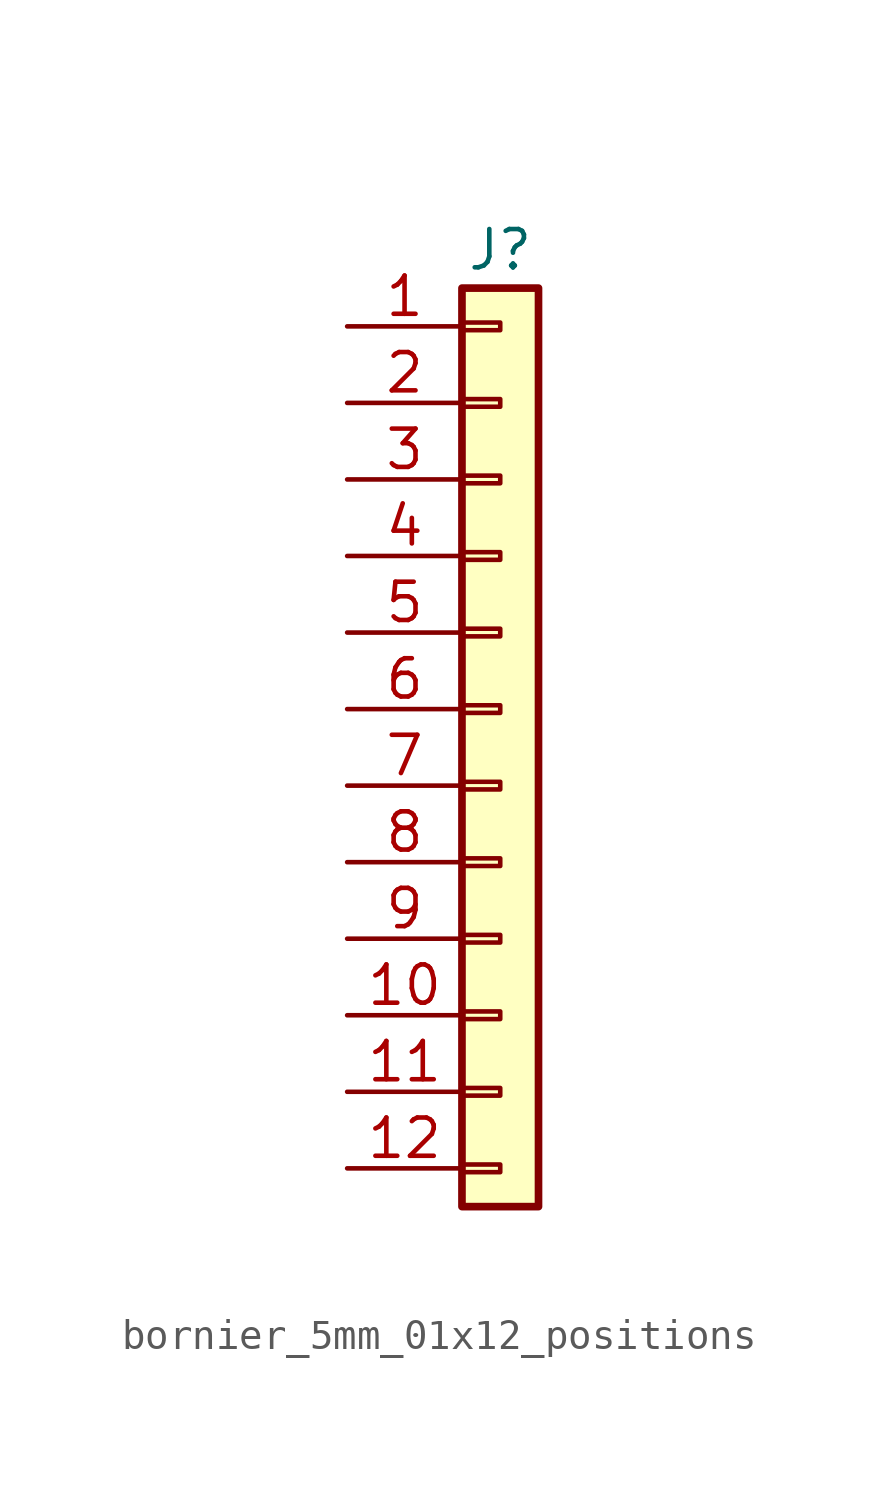
<source format=kicad_sym>
(kicad_symbol_lib
  (version 20211014)
  (generator kicad_symbol_editor)
  (symbol "bornier_5mm_01x12_positions"
    (pin_names
      (offset 1.016) hide)
    (property "Reference" "J"
      (at 0 15.24 0)
      (effects (font (size 1.27 1.27))))
    (symbol "bornier_5mm_01x12_positions_1_1"
      (rectangle (start -1.27 -15.113) (end 0 -15.367) (stroke (width 0.152) (type default) (color 0 0 0 0)) (fill (type none)))
      (rectangle (start -1.27 -12.573) (end 0 -12.827) (stroke (width 0.152) (type default) (color 0 0 0 0)) (fill (type none)))
      (rectangle (start -1.27 -10.033) (end 0 -10.287) (stroke (width 0.152) (type default) (color 0 0 0 0)) (fill (type none)))
      (rectangle (start -1.27 -7.493) (end 0 -7.747) (stroke (width 0.152) (type default) (color 0 0 0 0)) (fill (type none)))
      (rectangle (start -1.27 -4.953) (end 0 -5.207) (stroke (width 0.152) (type default) (color 0 0 0 0)) (fill (type none)))
      (rectangle (start -1.27 -2.413) (end 0 -2.667) (stroke (width 0.152) (type default) (color 0 0 0 0)) (fill (type none)))
      (rectangle (start -1.27 0.127) (end 0 -0.127) (stroke (width 0.152) (type default) (color 0 0 0 0)) (fill (type none)))
      (rectangle (start -1.27 2.667) (end 0 2.413) (stroke (width 0.152) (type default) (color 0 0 0 0)) (fill (type none)))
      (rectangle (start -1.27 5.207) (end 0 4.953) (stroke (width 0.152) (type default) (color 0 0 0 0)) (fill (type none)))
      (rectangle (start -1.27 7.747) (end 0 7.493) (stroke (width 0.152) (type default) (color 0 0 0 0)) (fill (type none)))
      (rectangle (start -1.27 10.287) (end 0 10.033) (stroke (width 0.152) (type default) (color 0 0 0 0)) (fill (type none)))
      (rectangle (start -1.27 12.827) (end 0 12.573) (stroke (width 0.152) (type default) (color 0 0 0 0)) (fill (type none)))
      (rectangle (start -1.27 13.97) (end 1.27 -16.51) (stroke (width 0.254) (type default) (color 0 0 0 0)) (fill (type background)))
      (pin passive line (at -5.08 12.7 0) (length 3.81) (name "Pin_1" (effects (font (size 1.27 1.27)))) (number "1" (effects (font (size 1.27 1.27)))))
      (pin passive line (at -5.08 -10.16 0) (length 3.81) (name "Pin_10" (effects (font (size 1.27 1.27)))) (number "10" (effects (font (size 1.27 1.27)))))
      (pin passive line (at -5.08 -12.7 0) (length 3.81) (name "Pin_11" (effects (font (size 1.27 1.27)))) (number "11" (effects (font (size 1.27 1.27)))))
      (pin passive line (at -5.08 -15.24 0) (length 3.81) (name "Pin_12" (effects (font (size 1.27 1.27)))) (number "12" (effects (font (size 1.27 1.27)))))
      (pin passive line (at -5.08 10.16 0) (length 3.81) (name "Pin_2" (effects (font (size 1.27 1.27)))) (number "2" (effects (font (size 1.27 1.27)))))
      (pin passive line (at -5.08 7.62 0) (length 3.81) (name "Pin_3" (effects (font (size 1.27 1.27)))) (number "3" (effects (font (size 1.27 1.27)))))
      (pin passive line (at -5.08 5.08 0) (length 3.81) (name "Pin_4" (effects (font (size 1.27 1.27)))) (number "4" (effects (font (size 1.27 1.27)))))
      (pin passive line (at -5.08 2.54 0) (length 3.81) (name "Pin_5" (effects (font (size 1.27 1.27)))) (number "5" (effects (font (size 1.27 1.27)))))
      (pin passive line (at -5.08 0 0) (length 3.81) (name "Pin_6" (effects (font (size 1.27 1.27)))) (number "6" (effects (font (size 1.27 1.27)))))
      (pin passive line (at -5.08 -2.54 0) (length 3.81) (name "Pin_7" (effects (font (size 1.27 1.27)))) (number "7" (effects (font (size 1.27 1.27)))))
      (pin passive line (at -5.08 -5.08 0) (length 3.81) (name "Pin_8" (effects (font (size 1.27 1.27)))) (number "8" (effects (font (size 1.27 1.27)))))
      (pin passive line (at -5.08 -7.62 0) (length 3.81) (name "Pin_9" (effects (font (size 1.27 1.27)))) (number "9" (effects (font (size 1.27 1.27))))))))
</source>
